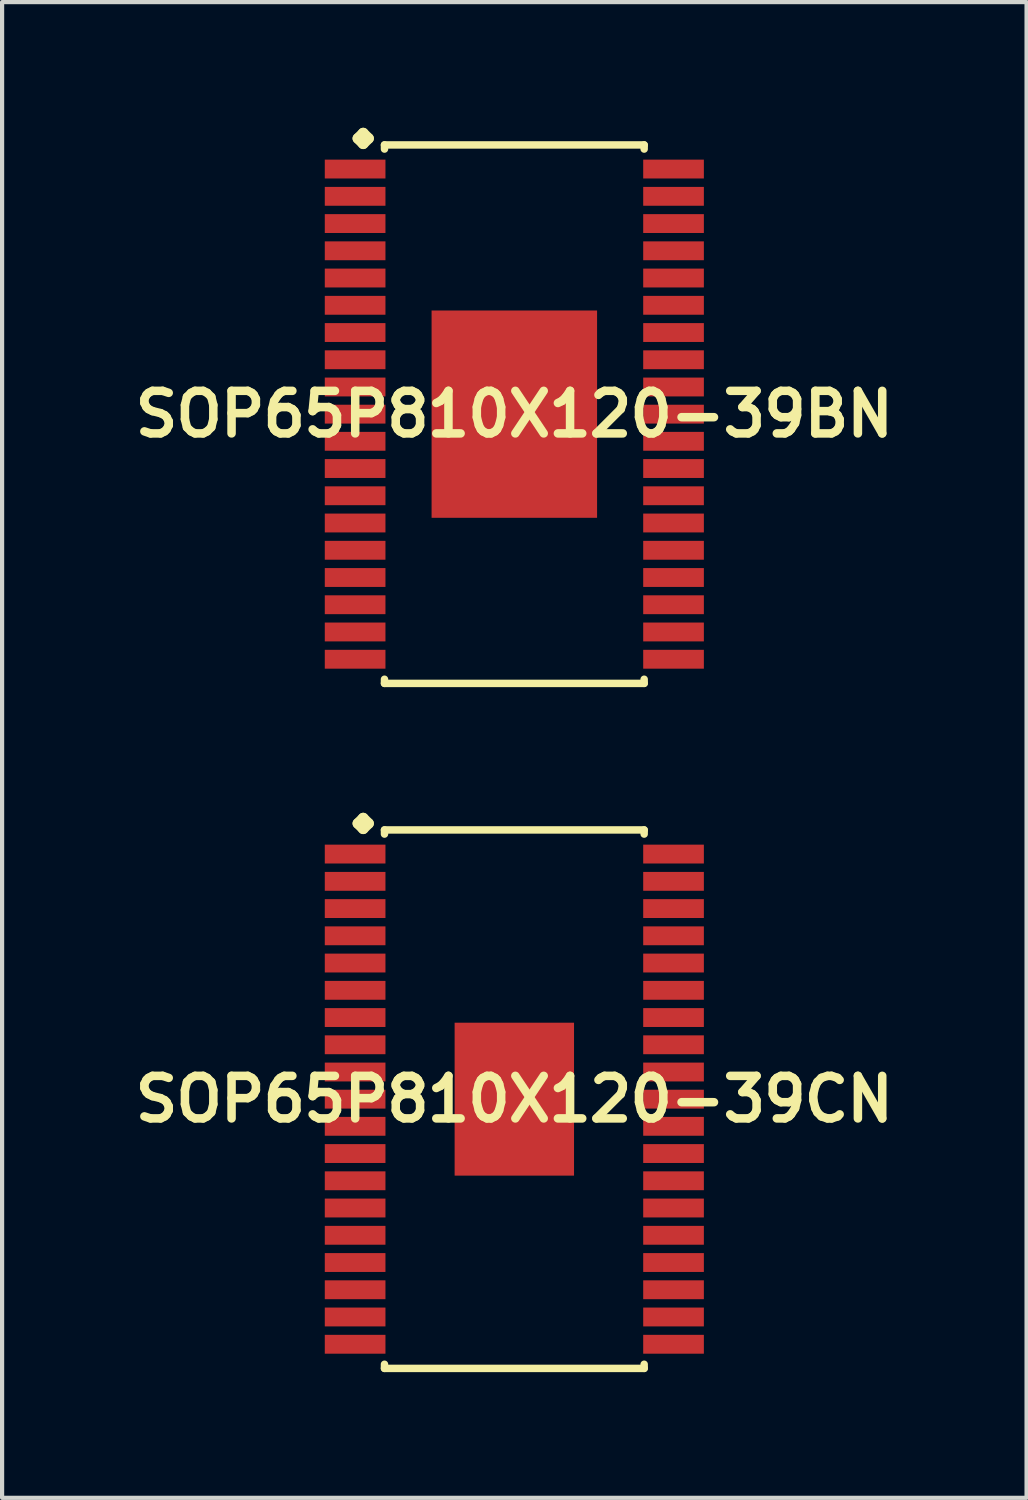
<source format=kicad_pcb>
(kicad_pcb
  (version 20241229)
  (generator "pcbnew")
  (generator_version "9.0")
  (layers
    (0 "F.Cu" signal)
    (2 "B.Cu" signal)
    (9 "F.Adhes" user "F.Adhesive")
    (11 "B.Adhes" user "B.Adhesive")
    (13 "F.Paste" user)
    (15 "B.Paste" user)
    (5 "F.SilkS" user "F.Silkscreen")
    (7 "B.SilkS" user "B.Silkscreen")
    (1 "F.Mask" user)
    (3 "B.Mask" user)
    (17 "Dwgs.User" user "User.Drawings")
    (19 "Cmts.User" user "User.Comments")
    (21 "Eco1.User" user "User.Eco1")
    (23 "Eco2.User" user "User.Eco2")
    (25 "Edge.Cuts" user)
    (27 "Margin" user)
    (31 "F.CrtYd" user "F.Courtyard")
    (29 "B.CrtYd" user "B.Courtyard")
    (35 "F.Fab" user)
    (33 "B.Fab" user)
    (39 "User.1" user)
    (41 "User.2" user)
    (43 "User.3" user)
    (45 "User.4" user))
  (footprint "SOP65P810X120-39CN"
    (layer "F.Cu")
    (at 9.226 23.185)
    (property "Reference" "SOP65P810X120-39CN" (at 0 0 0) (layer "F.SilkS") (effects (font (size 1.016 1.016) (thickness 0.203))))
    (attr smd)
    (fp_line (start -3.734 -6.581) (end -3.607 -6.708) (stroke (width 0.254) (type solid)) (layer "F.SilkS"))
    (fp_line (start -3.607 -6.708) (end -3.48 -6.581) (stroke (width 0.254) (type solid)) (layer "F.SilkS"))
    (fp_line (start -3.607 -6.454) (end -3.734 -6.581) (stroke (width 0.254) (type solid)) (layer "F.SilkS"))
    (fp_line (start -3.48 -6.581) (end -3.607 -6.454) (stroke (width 0.254) (type solid)) (layer "F.SilkS"))
    (fp_line (start -3.099 -6.426) (end 3.099 -6.426) (stroke (width 0.178) (type solid)) (layer "F.SilkS"))
    (fp_line (start -3.099 -6.327) (end -3.099 -6.426) (stroke (width 0.178) (type solid)) (layer "F.SilkS"))
    (fp_line (start -3.099 6.327) (end -3.099 6.426) (stroke (width 0.178) (type solid)) (layer "F.SilkS"))
    (fp_line (start -3.099 6.426) (end 3.099 6.426) (stroke (width 0.178) (type solid)) (layer "F.SilkS"))
    (fp_line (start 3.099 -6.426) (end 3.099 -6.327) (stroke (width 0.178) (type solid)) (layer "F.SilkS"))
    (fp_line (start 3.099 6.426) (end 3.099 6.327) (stroke (width 0.178) (type solid)) (layer "F.SilkS"))
    (pad "1" smd rect (at -3.8 -5.85) (size 1.448 0.45) (layers "F.Cu" "F.Mask" "F.Paste"))
    (pad "2" smd rect (at -3.8 -5.199) (size 1.448 0.45) (layers "F.Cu" "F.Mask" "F.Paste"))
    (pad "3" smd rect (at -3.8 -4.549) (size 1.448 0.45) (layers "F.Cu" "F.Mask" "F.Paste"))
    (pad "4" smd rect (at -3.8 -3.899) (size 1.448 0.45) (layers "F.Cu" "F.Mask" "F.Paste"))
    (pad "5" smd rect (at -3.8 -3.249) (size 1.448 0.45) (layers "F.Cu" "F.Mask" "F.Paste"))
    (pad "6" smd rect (at -3.8 -2.598) (size 1.448 0.45) (layers "F.Cu" "F.Mask" "F.Paste"))
    (pad "7" smd rect (at -3.8 -1.948) (size 1.448 0.45) (layers "F.Cu" "F.Mask" "F.Paste"))
    (pad "8" smd rect (at -3.8 -1.298) (size 1.448 0.45) (layers "F.Cu" "F.Mask" "F.Paste"))
    (pad "9" smd rect (at -3.8 -0.648) (size 1.448 0.45) (layers "F.Cu" "F.Mask" "F.Paste"))
    (pad "10" smd rect (at -3.8 0) (size 1.448 0.45) (layers "F.Cu" "F.Mask" "F.Paste"))
    (pad "11" smd rect (at -3.8 0.648) (size 1.448 0.45) (layers "F.Cu" "F.Mask" "F.Paste"))
    (pad "12" smd rect (at -3.8 1.298) (size 1.448 0.45) (layers "F.Cu" "F.Mask" "F.Paste"))
    (pad "13" smd rect (at -3.8 1.948) (size 1.448 0.45) (layers "F.Cu" "F.Mask" "F.Paste"))
    (pad "14" smd rect (at -3.8 2.598) (size 1.448 0.45) (layers "F.Cu" "F.Mask" "F.Paste"))
    (pad "15" smd rect (at -3.8 3.249) (size 1.448 0.45) (layers "F.Cu" "F.Mask" "F.Paste"))
    (pad "16" smd rect (at -3.8 3.899) (size 1.448 0.45) (layers "F.Cu" "F.Mask" "F.Paste"))
    (pad "17" smd rect (at -3.8 4.549) (size 1.448 0.45) (layers "F.Cu" "F.Mask" "F.Paste"))
    (pad "18" smd rect (at -3.8 5.199) (size 1.448 0.45) (layers "F.Cu" "F.Mask" "F.Paste"))
    (pad "19" smd rect (at -3.8 5.85) (size 1.448 0.45) (layers "F.Cu" "F.Mask" "F.Paste"))
    (pad "20" smd rect (at 3.8 5.85) (size 1.448 0.45) (layers "F.Cu" "F.Mask" "F.Paste"))
    (pad "21" smd rect (at 3.8 5.199) (size 1.448 0.45) (layers "F.Cu" "F.Mask" "F.Paste"))
    (pad "22" smd rect (at 3.8 4.549) (size 1.448 0.45) (layers "F.Cu" "F.Mask" "F.Paste"))
    (pad "23" smd rect (at 3.8 3.899) (size 1.448 0.45) (layers "F.Cu" "F.Mask" "F.Paste"))
    (pad "24" smd rect (at 3.8 3.249) (size 1.448 0.45) (layers "F.Cu" "F.Mask" "F.Paste"))
    (pad "25" smd rect (at 3.8 2.598) (size 1.448 0.45) (layers "F.Cu" "F.Mask" "F.Paste"))
    (pad "26" smd rect (at 3.8 1.948) (size 1.448 0.45) (layers "F.Cu" "F.Mask" "F.Paste"))
    (pad "27" smd rect (at 3.8 1.298) (size 1.448 0.45) (layers "F.Cu" "F.Mask" "F.Paste"))
    (pad "28" smd rect (at 3.8 0.648) (size 1.448 0.45) (layers "F.Cu" "F.Mask" "F.Paste"))
    (pad "29" smd rect (at 3.8 0) (size 1.448 0.45) (layers "F.Cu" "F.Mask" "F.Paste"))
    (pad "30" smd rect (at 3.8 -0.648) (size 1.448 0.45) (layers "F.Cu" "F.Mask" "F.Paste"))
    (pad "31" smd rect (at 3.8 -1.298) (size 1.448 0.45) (layers "F.Cu" "F.Mask" "F.Paste"))
    (pad "32" smd rect (at 3.8 -1.948) (size 1.448 0.45) (layers "F.Cu" "F.Mask" "F.Paste"))
    (pad "33" smd rect (at 3.8 -2.598) (size 1.448 0.45) (layers "F.Cu" "F.Mask" "F.Paste"))
    (pad "34" smd rect (at 3.8 -3.249) (size 1.448 0.45) (layers "F.Cu" "F.Mask" "F.Paste"))
    (pad "35" smd rect (at 3.8 -3.899) (size 1.448 0.45) (layers "F.Cu" "F.Mask" "F.Paste"))
    (pad "36" smd rect (at 3.8 -4.549) (size 1.448 0.45) (layers "F.Cu" "F.Mask" "F.Paste"))
    (pad "37" smd rect (at 3.8 -5.199) (size 1.448 0.45) (layers "F.Cu" "F.Mask" "F.Paste"))
    (pad "38" smd rect (at 3.8 -5.85) (size 1.448 0.45) (layers "F.Cu" "F.Mask" "F.Paste"))
    (pad "39" smd rect (at 0 0) (size 2.85 3.65) (layers "F.Cu" "F.Mask" "F.Paste")))
  (footprint "SOP65P810X120-39BN"
    (layer "F.Cu")
    (at 9.226 6.835)
    (property "Reference" "SOP65P810X120-39BN" (at 0 0 0) (layer "F.SilkS") (effects (font (size 1.016 1.016) (thickness 0.203))))
    (attr smd)
    (fp_line (start -3.734 -6.581) (end -3.607 -6.708) (stroke (width 0.254) (type solid)) (layer "F.SilkS"))
    (fp_line (start -3.607 -6.708) (end -3.48 -6.581) (stroke (width 0.254) (type solid)) (layer "F.SilkS"))
    (fp_line (start -3.607 -6.454) (end -3.734 -6.581) (stroke (width 0.254) (type solid)) (layer "F.SilkS"))
    (fp_line (start -3.48 -6.581) (end -3.607 -6.454) (stroke (width 0.254) (type solid)) (layer "F.SilkS"))
    (fp_line (start -3.099 -6.426) (end 3.099 -6.426) (stroke (width 0.178) (type solid)) (layer "F.SilkS"))
    (fp_line (start -3.099 -6.327) (end -3.099 -6.426) (stroke (width 0.178) (type solid)) (layer "F.SilkS"))
    (fp_line (start -3.099 6.327) (end -3.099 6.426) (stroke (width 0.178) (type solid)) (layer "F.SilkS"))
    (fp_line (start -3.099 6.426) (end 3.099 6.426) (stroke (width 0.178) (type solid)) (layer "F.SilkS"))
    (fp_line (start 3.099 -6.426) (end 3.099 -6.327) (stroke (width 0.178) (type solid)) (layer "F.SilkS"))
    (fp_line (start 3.099 6.426) (end 3.099 6.327) (stroke (width 0.178) (type solid)) (layer "F.SilkS"))
    (pad "1" smd rect (at -3.8 -5.85) (size 1.448 0.45) (layers "F.Cu" "F.Mask" "F.Paste"))
    (pad "2" smd rect (at -3.8 -5.199) (size 1.448 0.45) (layers "F.Cu" "F.Mask" "F.Paste"))
    (pad "3" smd rect (at -3.8 -4.549) (size 1.448 0.45) (layers "F.Cu" "F.Mask" "F.Paste"))
    (pad "4" smd rect (at -3.8 -3.899) (size 1.448 0.45) (layers "F.Cu" "F.Mask" "F.Paste"))
    (pad "5" smd rect (at -3.8 -3.249) (size 1.448 0.45) (layers "F.Cu" "F.Mask" "F.Paste"))
    (pad "6" smd rect (at -3.8 -2.598) (size 1.448 0.45) (layers "F.Cu" "F.Mask" "F.Paste"))
    (pad "7" smd rect (at -3.8 -1.948) (size 1.448 0.45) (layers "F.Cu" "F.Mask" "F.Paste"))
    (pad "8" smd rect (at -3.8 -1.298) (size 1.448 0.45) (layers "F.Cu" "F.Mask" "F.Paste"))
    (pad "9" smd rect (at -3.8 -0.648) (size 1.448 0.45) (layers "F.Cu" "F.Mask" "F.Paste"))
    (pad "10" smd rect (at -3.8 0) (size 1.448 0.45) (layers "F.Cu" "F.Mask" "F.Paste"))
    (pad "11" smd rect (at -3.8 0.648) (size 1.448 0.45) (layers "F.Cu" "F.Mask" "F.Paste"))
    (pad "12" smd rect (at -3.8 1.298) (size 1.448 0.45) (layers "F.Cu" "F.Mask" "F.Paste"))
    (pad "13" smd rect (at -3.8 1.948) (size 1.448 0.45) (layers "F.Cu" "F.Mask" "F.Paste"))
    (pad "14" smd rect (at -3.8 2.598) (size 1.448 0.45) (layers "F.Cu" "F.Mask" "F.Paste"))
    (pad "15" smd rect (at -3.8 3.249) (size 1.448 0.45) (layers "F.Cu" "F.Mask" "F.Paste"))
    (pad "16" smd rect (at -3.8 3.899) (size 1.448 0.45) (layers "F.Cu" "F.Mask" "F.Paste"))
    (pad "17" smd rect (at -3.8 4.549) (size 1.448 0.45) (layers "F.Cu" "F.Mask" "F.Paste"))
    (pad "18" smd rect (at -3.8 5.199) (size 1.448 0.45) (layers "F.Cu" "F.Mask" "F.Paste"))
    (pad "19" smd rect (at -3.8 5.85) (size 1.448 0.45) (layers "F.Cu" "F.Mask" "F.Paste"))
    (pad "20" smd rect (at 3.8 5.85) (size 1.448 0.45) (layers "F.Cu" "F.Mask" "F.Paste"))
    (pad "21" smd rect (at 3.8 5.199) (size 1.448 0.45) (layers "F.Cu" "F.Mask" "F.Paste"))
    (pad "22" smd rect (at 3.8 4.549) (size 1.448 0.45) (layers "F.Cu" "F.Mask" "F.Paste"))
    (pad "23" smd rect (at 3.8 3.899) (size 1.448 0.45) (layers "F.Cu" "F.Mask" "F.Paste"))
    (pad "24" smd rect (at 3.8 3.249) (size 1.448 0.45) (layers "F.Cu" "F.Mask" "F.Paste"))
    (pad "25" smd rect (at 3.8 2.598) (size 1.448 0.45) (layers "F.Cu" "F.Mask" "F.Paste"))
    (pad "26" smd rect (at 3.8 1.948) (size 1.448 0.45) (layers "F.Cu" "F.Mask" "F.Paste"))
    (pad "27" smd rect (at 3.8 1.298) (size 1.448 0.45) (layers "F.Cu" "F.Mask" "F.Paste"))
    (pad "28" smd rect (at 3.8 0.648) (size 1.448 0.45) (layers "F.Cu" "F.Mask" "F.Paste"))
    (pad "29" smd rect (at 3.8 0) (size 1.448 0.45) (layers "F.Cu" "F.Mask" "F.Paste"))
    (pad "30" smd rect (at 3.8 -0.648) (size 1.448 0.45) (layers "F.Cu" "F.Mask" "F.Paste"))
    (pad "31" smd rect (at 3.8 -1.298) (size 1.448 0.45) (layers "F.Cu" "F.Mask" "F.Paste"))
    (pad "32" smd rect (at 3.8 -1.948) (size 1.448 0.45) (layers "F.Cu" "F.Mask" "F.Paste"))
    (pad "33" smd rect (at 3.8 -2.598) (size 1.448 0.45) (layers "F.Cu" "F.Mask" "F.Paste"))
    (pad "34" smd rect (at 3.8 -3.249) (size 1.448 0.45) (layers "F.Cu" "F.Mask" "F.Paste"))
    (pad "35" smd rect (at 3.8 -3.899) (size 1.448 0.45) (layers "F.Cu" "F.Mask" "F.Paste"))
    (pad "36" smd rect (at 3.8 -4.549) (size 1.448 0.45) (layers "F.Cu" "F.Mask" "F.Paste"))
    (pad "37" smd rect (at 3.8 -5.199) (size 1.448 0.45) (layers "F.Cu" "F.Mask" "F.Paste"))
    (pad "38" smd rect (at 3.8 -5.85) (size 1.448 0.45) (layers "F.Cu" "F.Mask" "F.Paste"))
    (pad "39" smd rect (at 0 0) (size 3.95 4.948) (layers "F.Cu" "F.Mask" "F.Paste")))
  (gr_rect
    (start -3 -3)
    (end 21.452 32.7)
    (stroke (width 0.1) (type default))
    (fill no)
    (layer "Edge.Cuts")))
</source>
